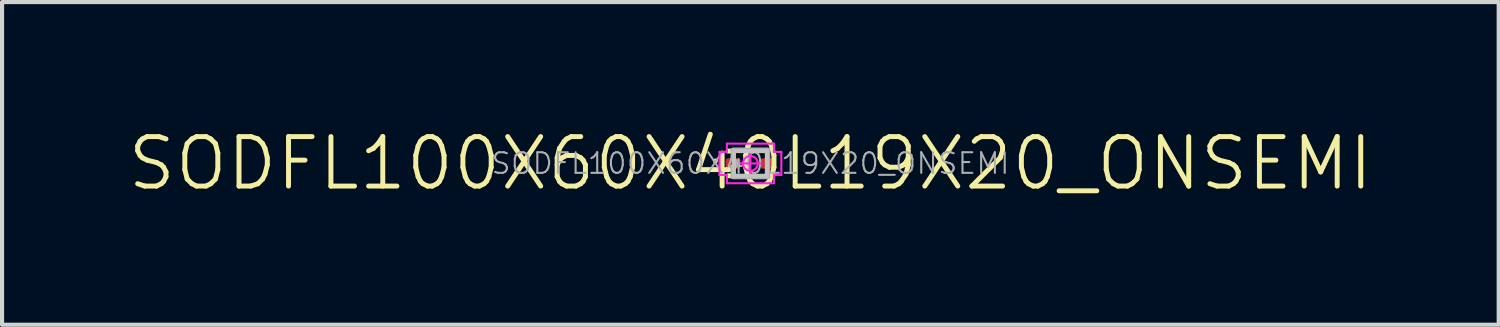
<source format=kicad_pcb>
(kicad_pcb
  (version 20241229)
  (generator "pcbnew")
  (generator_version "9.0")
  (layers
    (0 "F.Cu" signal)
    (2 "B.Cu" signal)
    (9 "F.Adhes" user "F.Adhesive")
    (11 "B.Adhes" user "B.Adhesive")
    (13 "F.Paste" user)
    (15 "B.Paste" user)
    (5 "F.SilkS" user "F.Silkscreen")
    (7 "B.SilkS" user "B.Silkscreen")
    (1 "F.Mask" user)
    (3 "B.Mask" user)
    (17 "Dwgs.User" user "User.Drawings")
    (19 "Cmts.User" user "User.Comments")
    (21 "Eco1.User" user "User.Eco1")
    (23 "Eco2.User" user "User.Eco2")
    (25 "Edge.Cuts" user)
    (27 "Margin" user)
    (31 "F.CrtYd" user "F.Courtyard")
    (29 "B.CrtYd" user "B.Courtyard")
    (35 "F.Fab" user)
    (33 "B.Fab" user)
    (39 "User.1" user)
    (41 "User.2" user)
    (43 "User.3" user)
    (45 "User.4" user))
  (footprint "SODFL100X60X40L19X20_ONSEMI"
    (layer "F.Cu")
    (at 15.146 0.913)
    (property "Reference" "SODFL100X60X40L19X20_ONSEMI" (at 0 0 0) (layer "F.SilkS") (effects (font (size 1.2 1.2) (thickness 0.12))))
    (attr smd)
    (fp_line (start -0.42 -0.32) (end 0.42 -0.32) (stroke (width 0.12) (type solid)) (layer "F.SilkS"))
    (fp_line (start -0.42 -0.3) (end -0.54 -0.3) (stroke (width 0.12) (type solid)) (layer "F.SilkS"))
    (fp_line (start -0.42 0.3) (end -0.54 0.3) (stroke (width 0.12) (type solid)) (layer "F.SilkS"))
    (fp_line (start 0.42 0.32) (end -0.42 0.32) (stroke (width 0.12) (type solid)) (layer "F.SilkS"))
    (fp_circle (center -0.848 -0.06) (end -0.848 -0.03) (stroke (width 0.06) (type solid)) (fill no) (layer "F.SilkS"))
    (fp_line (start -0.4 -0.3) (end 0.4 -0.3) (stroke (width 0.1) (type solid)) (layer "Dwgs.User"))
    (fp_line (start -0.4 0.3) (end -0.4 -0.3) (stroke (width 0.1) (type solid)) (layer "Dwgs.User"))
    (fp_line (start 0.4 -0.3) (end 0.4 0.3) (stroke (width 0.1) (type solid)) (layer "Dwgs.User"))
    (fp_line (start 0.4 0.3) (end -0.4 0.3) (stroke (width 0.1) (type solid)) (layer "Dwgs.User"))
    (fp_line (start -0.75 -0.28) (end -0.75 0.28) (stroke (width 0.05) (type solid)) (layer "F.CrtYd"))
    (fp_line (start -0.75 0.28) (end -0.57 0.28) (stroke (width 0.05) (type solid)) (layer "F.CrtYd"))
    (fp_line (start -0.57 -0.48) (end -0.57 -0.28) (stroke (width 0.05) (type solid)) (layer "F.CrtYd"))
    (fp_line (start -0.57 -0.28) (end -0.75 -0.28) (stroke (width 0.05) (type solid)) (layer "F.CrtYd"))
    (fp_line (start -0.57 0.28) (end -0.57 0.48) (stroke (width 0.05) (type solid)) (layer "F.CrtYd"))
    (fp_line (start -0.57 0.48) (end 0.57 0.48) (stroke (width 0.05) (type solid)) (layer "F.CrtYd"))
    (fp_line (start 0 -0.24) (end 0 0.24) (stroke (width 0.05) (type solid)) (layer "F.CrtYd"))
    (fp_line (start 0.24 0) (end -0.24 0) (stroke (width 0.05) (type solid)) (layer "F.CrtYd"))
    (fp_line (start 0.57 -0.48) (end -0.57 -0.48) (stroke (width 0.05) (type solid)) (layer "F.CrtYd"))
    (fp_line (start 0.57 -0.28) (end 0.57 -0.48) (stroke (width 0.05) (type solid)) (layer "F.CrtYd"))
    (fp_line (start 0.57 0.28) (end 0.75 0.28) (stroke (width 0.05) (type solid)) (layer "F.CrtYd"))
    (fp_line (start 0.57 0.48) (end 0.57 0.28) (stroke (width 0.05) (type solid)) (layer "F.CrtYd"))
    (fp_line (start 0.75 -0.28) (end 0.57 -0.28) (stroke (width 0.05) (type solid)) (layer "F.CrtYd"))
    (fp_line (start 0.75 0.28) (end 0.75 -0.28) (stroke (width 0.05) (type solid)) (layer "F.CrtYd"))
    (fp_circle (center 0 0) (end 0 0.18) (stroke (width 0.05) (type solid)) (fill no) (layer "F.CrtYd"))
    (fp_line (start -0.42 -0.32) (end -0.42 -0.11) (stroke (width 0.12) (type solid)) (layer "F.Fab"))
    (fp_line (start -0.42 -0.11) (end -0.32 0) (stroke (width 0.12) (type solid)) (layer "F.Fab"))
    (fp_line (start -0.42 0.11) (end -0.42 0.32) (stroke (width 0.12) (type solid)) (layer "F.Fab"))
    (fp_line (start -0.42 0.32) (end 0.42 0.32) (stroke (width 0.12) (type solid)) (layer "F.Fab"))
    (fp_line (start -0.32 0) (end -0.42 0.11) (stroke (width 0.12) (type solid)) (layer "F.Fab"))
    (fp_line (start 0.42 -0.32) (end -0.42 -0.32) (stroke (width 0.12) (type solid)) (layer "F.Fab"))
    (fp_line (start 0.42 0.32) (end 0.42 -0.32) (stroke (width 0.12) (type solid)) (layer "F.Fab"))
    (fp_text user "${REFERENCE}" (at 0 0 0) (layer "F.Fab") (effects (font (size 0.5 0.5) (thickness 0.05))))
    (pad "A" smd roundrect (at 0.42 0) (size 0.36 0.25) (layers "F.Cu" "F.Mask" "F.Paste") (roundrect_rratio 0.24))
    (pad "C" smd roundrect (at -0.42 0) (size 0.36 0.25) (layers "F.Cu" "F.Mask" "F.Paste") (roundrect_rratio 0.24)))
  (gr_rect
    (start -3 -3)
    (end 33.291 4.825)
    (stroke (width 0.1) (type default))
    (fill no)
    (layer "Edge.Cuts")))
</source>
